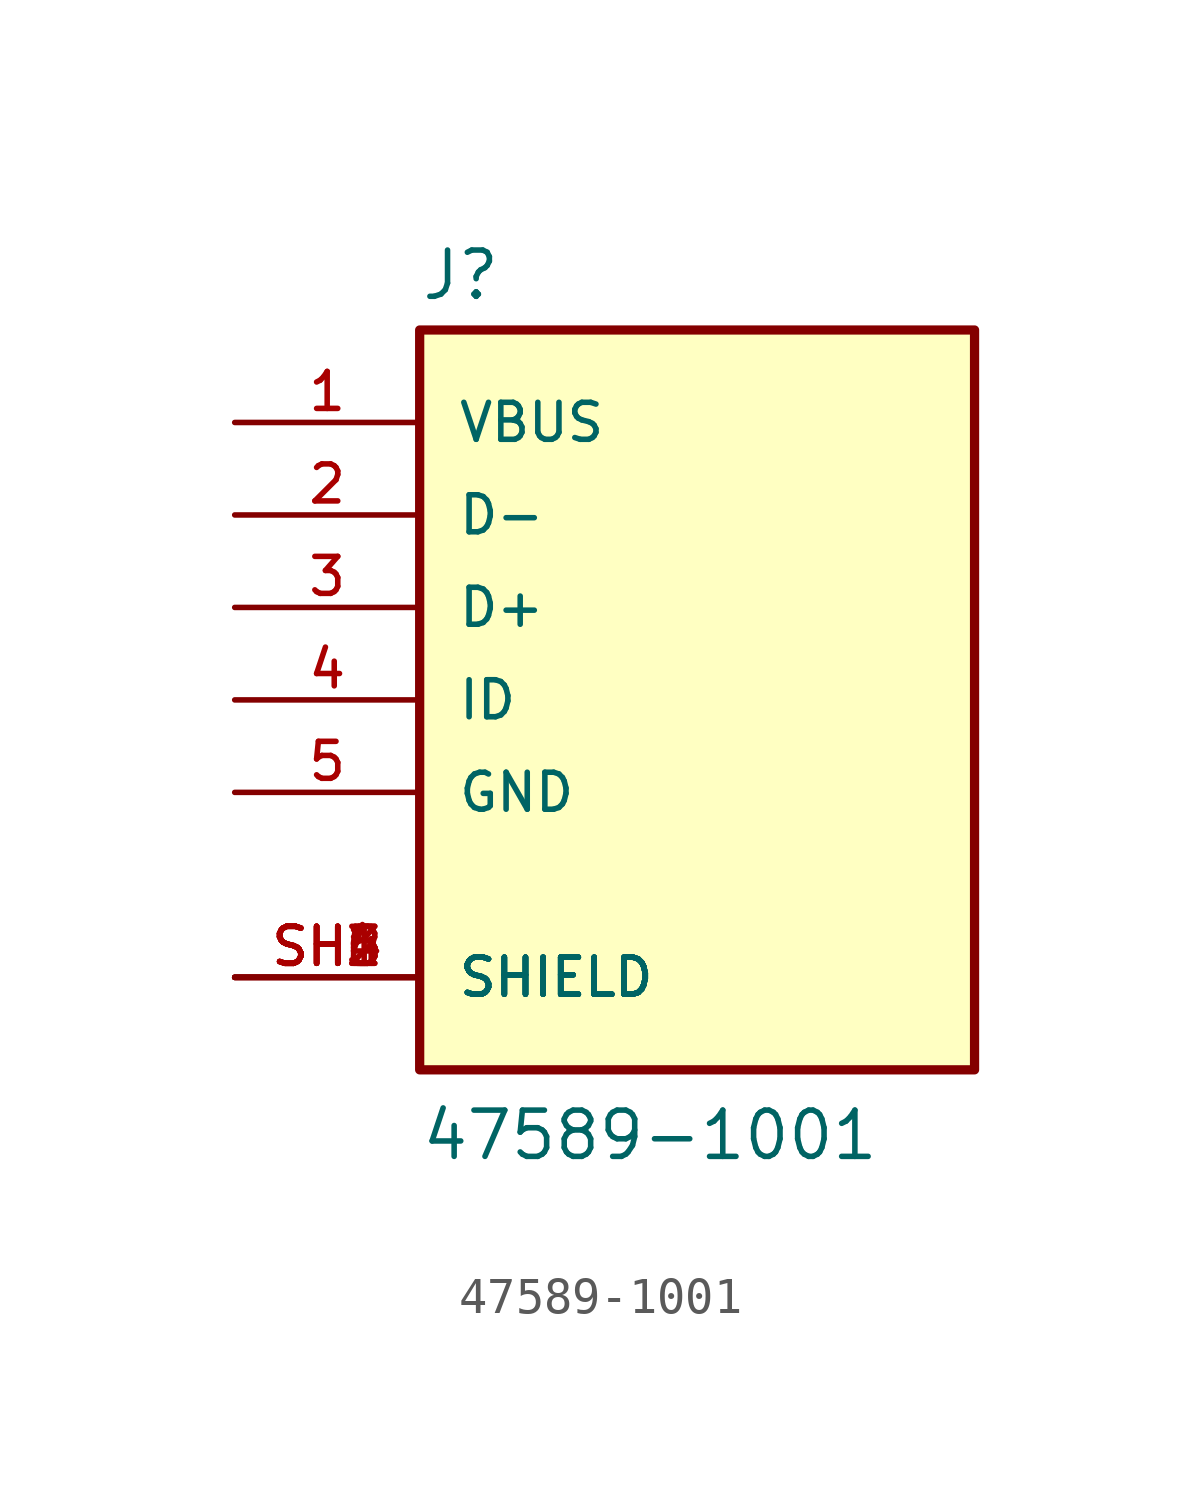
<source format=kicad_sym>
(kicad_symbol_lib
  (version 20231120)
  (generator "kicad_symbol_editor")
  (generator_version "8.0")
  (symbol "47589-1001"
    (pin_names
      (offset 1.016))
    (property "Reference" "J"
      (at -7.62 10.922 0)
      (effects (font (size 1.27 1.27)) (justify left bottom)))
    (property "Value" "47589-1001"
      (at -7.62 -12.7 0)
      (effects (font (size 1.27 1.27)) (justify left bottom)))
    (symbol "47589-1001_0_0"
      (rectangle (start -7.62 -10.16) (end 7.62 10.16) (stroke (width 0.254) (type default)) (fill (type background)))
      (pin passive line (at -12.7 7.62 0) (length 5.08) (name "VBUS" (effects (font (size 1.016 1.016)))) (number "1" (effects (font (size 1.016 1.016)))))
      (pin passive line (at -12.7 5.08 0) (length 5.08) (name "D-" (effects (font (size 1.016 1.016)))) (number "2" (effects (font (size 1.016 1.016)))))
      (pin passive line (at -12.7 2.54 0) (length 5.08) (name "D+" (effects (font (size 1.016 1.016)))) (number "3" (effects (font (size 1.016 1.016)))))
      (pin passive line (at -12.7 0 0) (length 5.08) (name "ID" (effects (font (size 1.016 1.016)))) (number "4" (effects (font (size 1.016 1.016)))))
      (pin passive line (at -12.7 -2.54 0) (length 5.08) (name "GND" (effects (font (size 1.016 1.016)))) (number "5" (effects (font (size 1.016 1.016)))))
      (pin passive line (at -12.7 -7.62 0) (length 5.08) (name "SHIELD" (effects (font (size 1.016 1.016)))) (number "SH1" (effects (font (size 1.016 1.016)))))
      (pin passive line (at -12.7 -7.62 0) (length 5.08) (name "SHIELD" (effects (font (size 1.016 1.016)))) (number "SH2" (effects (font (size 1.016 1.016)))))
      (pin passive line (at -12.7 -7.62 0) (length 5.08) (name "SHIELD" (effects (font (size 1.016 1.016)))) (number "SH3" (effects (font (size 1.016 1.016)))))
      (pin passive line (at -12.7 -7.62 0) (length 5.08) (name "SHIELD" (effects (font (size 1.016 1.016)))) (number "SH4" (effects (font (size 1.016 1.016)))))
      (pin passive line (at -12.7 -7.62 0) (length 5.08) (name "SHIELD" (effects (font (size 1.016 1.016)))) (number "SH5" (effects (font (size 1.016 1.016)))))
      (pin passive line (at -12.7 -7.62 0) (length 5.08) (name "SHIELD" (effects (font (size 1.016 1.016)))) (number "SH6" (effects (font (size 1.016 1.016))))))))
</source>
